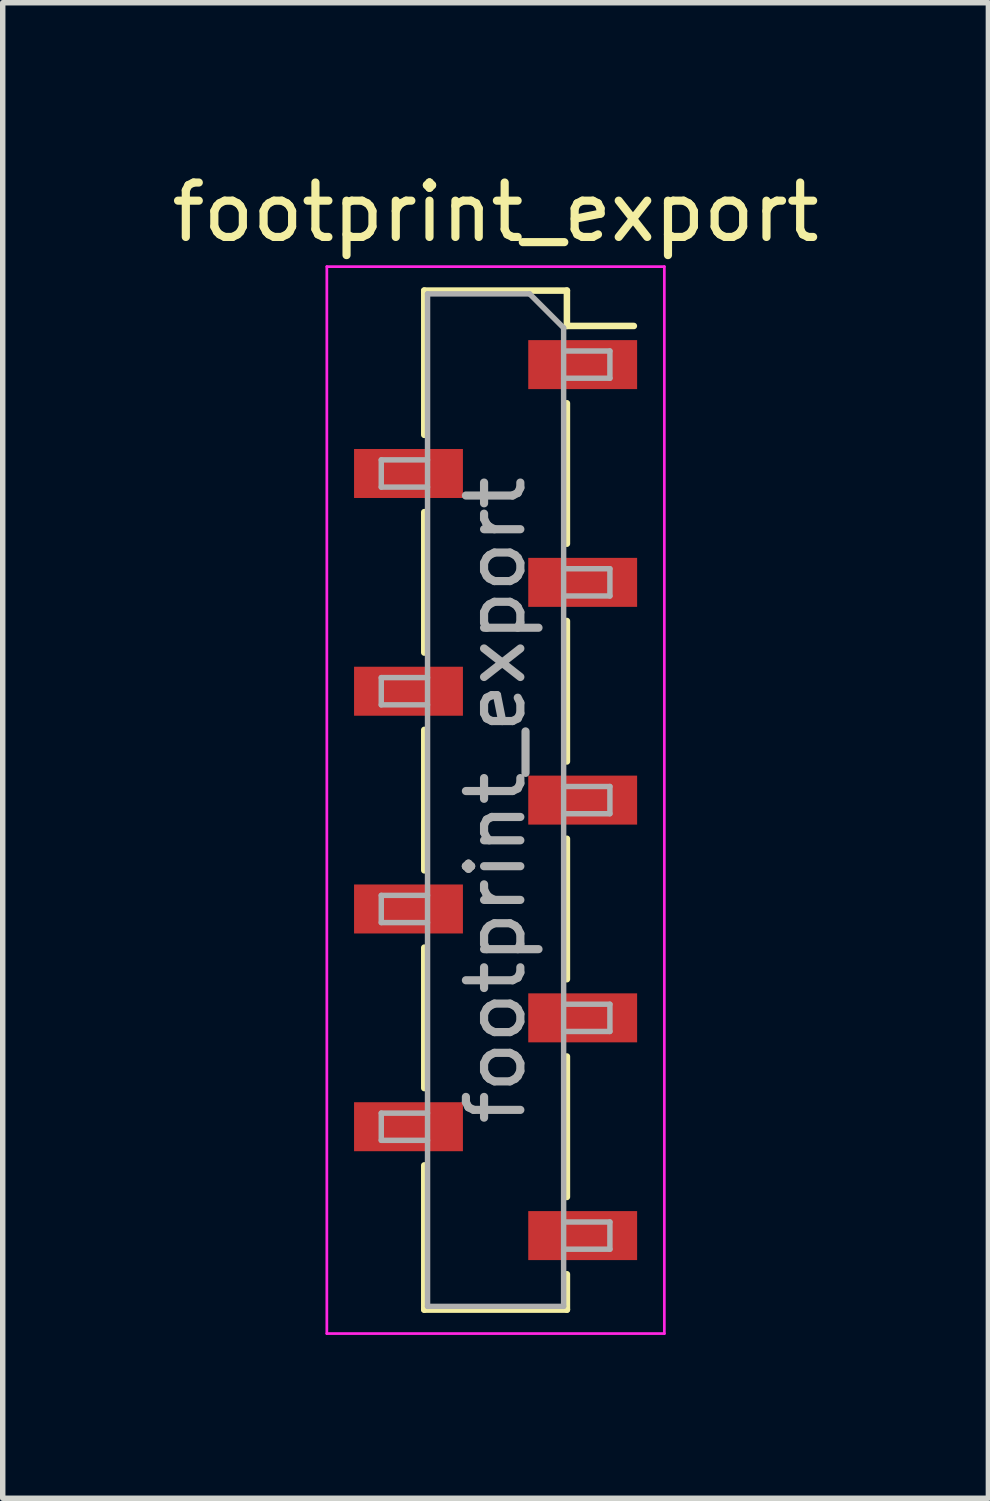
<source format=kicad_pcb>
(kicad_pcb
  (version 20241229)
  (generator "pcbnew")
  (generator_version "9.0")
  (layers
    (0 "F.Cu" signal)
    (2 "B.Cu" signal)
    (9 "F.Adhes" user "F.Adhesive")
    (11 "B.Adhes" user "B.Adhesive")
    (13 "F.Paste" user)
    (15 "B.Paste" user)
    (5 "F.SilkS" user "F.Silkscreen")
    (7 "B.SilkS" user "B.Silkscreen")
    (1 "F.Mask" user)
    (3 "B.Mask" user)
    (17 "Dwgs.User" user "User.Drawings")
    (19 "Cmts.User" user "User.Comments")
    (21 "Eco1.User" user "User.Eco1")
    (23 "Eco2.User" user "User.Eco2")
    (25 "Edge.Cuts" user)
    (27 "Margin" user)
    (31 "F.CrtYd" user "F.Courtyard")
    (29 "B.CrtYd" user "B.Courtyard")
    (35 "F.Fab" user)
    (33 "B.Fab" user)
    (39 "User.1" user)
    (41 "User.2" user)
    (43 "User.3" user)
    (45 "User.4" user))
  (footprint "footprint_export"
    (layer "F.Cu")
    (at 6.054 11.648)
    (property "Reference" "footprint_export" (at 0 -10.8 0) (layer "F.SilkS") (effects (font (size 1 1) (thickness 0.15))))
    (attr smd)
    (fp_line (start -1.31 -9.36) (end -1.31 -6.71) (stroke (width 0.12) (type solid)) (layer "F.SilkS"))
    (fp_line (start -1.31 -9.36) (end 1.31 -9.36) (stroke (width 0.12) (type solid)) (layer "F.SilkS"))
    (fp_line (start -1.31 -5.29) (end -1.31 -2.71) (stroke (width 0.12) (type solid)) (layer "F.SilkS"))
    (fp_line (start -1.31 -1.29) (end -1.31 1.29) (stroke (width 0.12) (type solid)) (layer "F.SilkS"))
    (fp_line (start -1.31 2.71) (end -1.31 5.29) (stroke (width 0.12) (type solid)) (layer "F.SilkS"))
    (fp_line (start -1.31 6.71) (end -1.31 9.36) (stroke (width 0.12) (type solid)) (layer "F.SilkS"))
    (fp_line (start -1.31 9.36) (end 1.31 9.36) (stroke (width 0.12) (type solid)) (layer "F.SilkS"))
    (fp_line (start 1.31 -9.36) (end 1.31 -8.71) (stroke (width 0.12) (type solid)) (layer "F.SilkS"))
    (fp_line (start 1.31 -8.71) (end 2.54 -8.71) (stroke (width 0.12) (type solid)) (layer "F.SilkS"))
    (fp_line (start 1.31 -7.29) (end 1.31 -4.71) (stroke (width 0.12) (type solid)) (layer "F.SilkS"))
    (fp_line (start 1.31 -3.29) (end 1.31 -0.71) (stroke (width 0.12) (type solid)) (layer "F.SilkS"))
    (fp_line (start 1.31 0.71) (end 1.31 3.29) (stroke (width 0.12) (type solid)) (layer "F.SilkS"))
    (fp_line (start 1.31 4.71) (end 1.31 7.29) (stroke (width 0.12) (type solid)) (layer "F.SilkS"))
    (fp_line (start 1.31 8.71) (end 1.31 9.36) (stroke (width 0.12) (type solid)) (layer "F.SilkS"))
    (fp_line (start -3.1 -9.8) (end 3.1 -9.8) (stroke (width 0.05) (type solid)) (layer "F.CrtYd"))
    (fp_line (start -3.1 9.8) (end -3.1 -9.8) (stroke (width 0.05) (type solid)) (layer "F.CrtYd"))
    (fp_line (start 3.1 -9.8) (end 3.1 9.8) (stroke (width 0.05) (type solid)) (layer "F.CrtYd"))
    (fp_line (start 3.1 9.8) (end -3.1 9.8) (stroke (width 0.05) (type solid)) (layer "F.CrtYd"))
    (fp_line (start -2.1 -6.25) (end -1.25 -6.25) (stroke (width 0.1) (type solid)) (layer "F.Fab"))
    (fp_line (start -2.1 -5.75) (end -2.1 -6.25) (stroke (width 0.1) (type solid)) (layer "F.Fab"))
    (fp_line (start -2.1 -2.25) (end -1.25 -2.25) (stroke (width 0.1) (type solid)) (layer "F.Fab"))
    (fp_line (start -2.1 -1.75) (end -2.1 -2.25) (stroke (width 0.1) (type solid)) (layer "F.Fab"))
    (fp_line (start -2.1 1.75) (end -1.25 1.75) (stroke (width 0.1) (type solid)) (layer "F.Fab"))
    (fp_line (start -2.1 2.25) (end -2.1 1.75) (stroke (width 0.1) (type solid)) (layer "F.Fab"))
    (fp_line (start -2.1 5.75) (end -1.25 5.75) (stroke (width 0.1) (type solid)) (layer "F.Fab"))
    (fp_line (start -2.1 6.25) (end -2.1 5.75) (stroke (width 0.1) (type solid)) (layer "F.Fab"))
    (fp_line (start -1.25 -9.3) (end 0.625 -9.3) (stroke (width 0.1) (type solid)) (layer "F.Fab"))
    (fp_line (start -1.25 -5.75) (end -2.1 -5.75) (stroke (width 0.1) (type solid)) (layer "F.Fab"))
    (fp_line (start -1.25 -1.75) (end -2.1 -1.75) (stroke (width 0.1) (type solid)) (layer "F.Fab"))
    (fp_line (start -1.25 2.25) (end -2.1 2.25) (stroke (width 0.1) (type solid)) (layer "F.Fab"))
    (fp_line (start -1.25 6.25) (end -2.1 6.25) (stroke (width 0.1) (type solid)) (layer "F.Fab"))
    (fp_line (start -1.25 9.3) (end -1.25 -9.3) (stroke (width 0.1) (type solid)) (layer "F.Fab"))
    (fp_line (start 0.625 -9.3) (end 1.25 -8.675) (stroke (width 0.1) (type solid)) (layer "F.Fab"))
    (fp_line (start 1.25 -8.675) (end 1.25 9.3) (stroke (width 0.1) (type solid)) (layer "F.Fab"))
    (fp_line (start 1.25 -8.25) (end 2.1 -8.25) (stroke (width 0.1) (type solid)) (layer "F.Fab"))
    (fp_line (start 1.25 -4.25) (end 2.1 -4.25) (stroke (width 0.1) (type solid)) (layer "F.Fab"))
    (fp_line (start 1.25 -0.25) (end 2.1 -0.25) (stroke (width 0.1) (type solid)) (layer "F.Fab"))
    (fp_line (start 1.25 3.75) (end 2.1 3.75) (stroke (width 0.1) (type solid)) (layer "F.Fab"))
    (fp_line (start 1.25 7.75) (end 2.1 7.75) (stroke (width 0.1) (type solid)) (layer "F.Fab"))
    (fp_line (start 1.25 9.3) (end -1.25 9.3) (stroke (width 0.1) (type solid)) (layer "F.Fab"))
    (fp_line (start 2.1 -8.25) (end 2.1 -7.75) (stroke (width 0.1) (type solid)) (layer "F.Fab"))
    (fp_line (start 2.1 -7.75) (end 1.25 -7.75) (stroke (width 0.1) (type solid)) (layer "F.Fab"))
    (fp_line (start 2.1 -4.25) (end 2.1 -3.75) (stroke (width 0.1) (type solid)) (layer "F.Fab"))
    (fp_line (start 2.1 -3.75) (end 1.25 -3.75) (stroke (width 0.1) (type solid)) (layer "F.Fab"))
    (fp_line (start 2.1 -0.25) (end 2.1 0.25) (stroke (width 0.1) (type solid)) (layer "F.Fab"))
    (fp_line (start 2.1 0.25) (end 1.25 0.25) (stroke (width 0.1) (type solid)) (layer "F.Fab"))
    (fp_line (start 2.1 3.75) (end 2.1 4.25) (stroke (width 0.1) (type solid)) (layer "F.Fab"))
    (fp_line (start 2.1 4.25) (end 1.25 4.25) (stroke (width 0.1) (type solid)) (layer "F.Fab"))
    (fp_line (start 2.1 7.75) (end 2.1 8.25) (stroke (width 0.1) (type solid)) (layer "F.Fab"))
    (fp_line (start 2.1 8.25) (end 1.25 8.25) (stroke (width 0.1) (type solid)) (layer "F.Fab"))
    (fp_text user "${REFERENCE}" (at 0 0 90) (layer "F.Fab") (effects (font (size 1 1) (thickness 0.15))))
    (pad "1" smd rect (at 1.6 -8) (size 2 0.9) (layers "F.Cu" "F.Mask" "F.Paste"))
    (pad "2" smd rect (at -1.6 -6) (size 2 0.9) (layers "F.Cu" "F.Mask" "F.Paste"))
    (pad "3" smd rect (at 1.6 -4) (size 2 0.9) (layers "F.Cu" "F.Mask" "F.Paste"))
    (pad "4" smd rect (at -1.6 -2) (size 2 0.9) (layers "F.Cu" "F.Mask" "F.Paste"))
    (pad "5" smd rect (at 1.6 0) (size 2 0.9) (layers "F.Cu" "F.Mask" "F.Paste"))
    (pad "6" smd rect (at -1.6 2) (size 2 0.9) (layers "F.Cu" "F.Mask" "F.Paste"))
    (pad "7" smd rect (at 1.6 4) (size 2 0.9) (layers "F.Cu" "F.Mask" "F.Paste"))
    (pad "8" smd rect (at -1.6 6) (size 2 0.9) (layers "F.Cu" "F.Mask" "F.Paste"))
    (pad "9" smd rect (at 1.6 8) (size 2 0.9) (layers "F.Cu" "F.Mask" "F.Paste")))
  (gr_rect
    (start -3 -3)
    (end 15.107 24.473)
    (stroke (width 0.1) (type default))
    (fill no)
    (layer "Edge.Cuts")))
</source>
